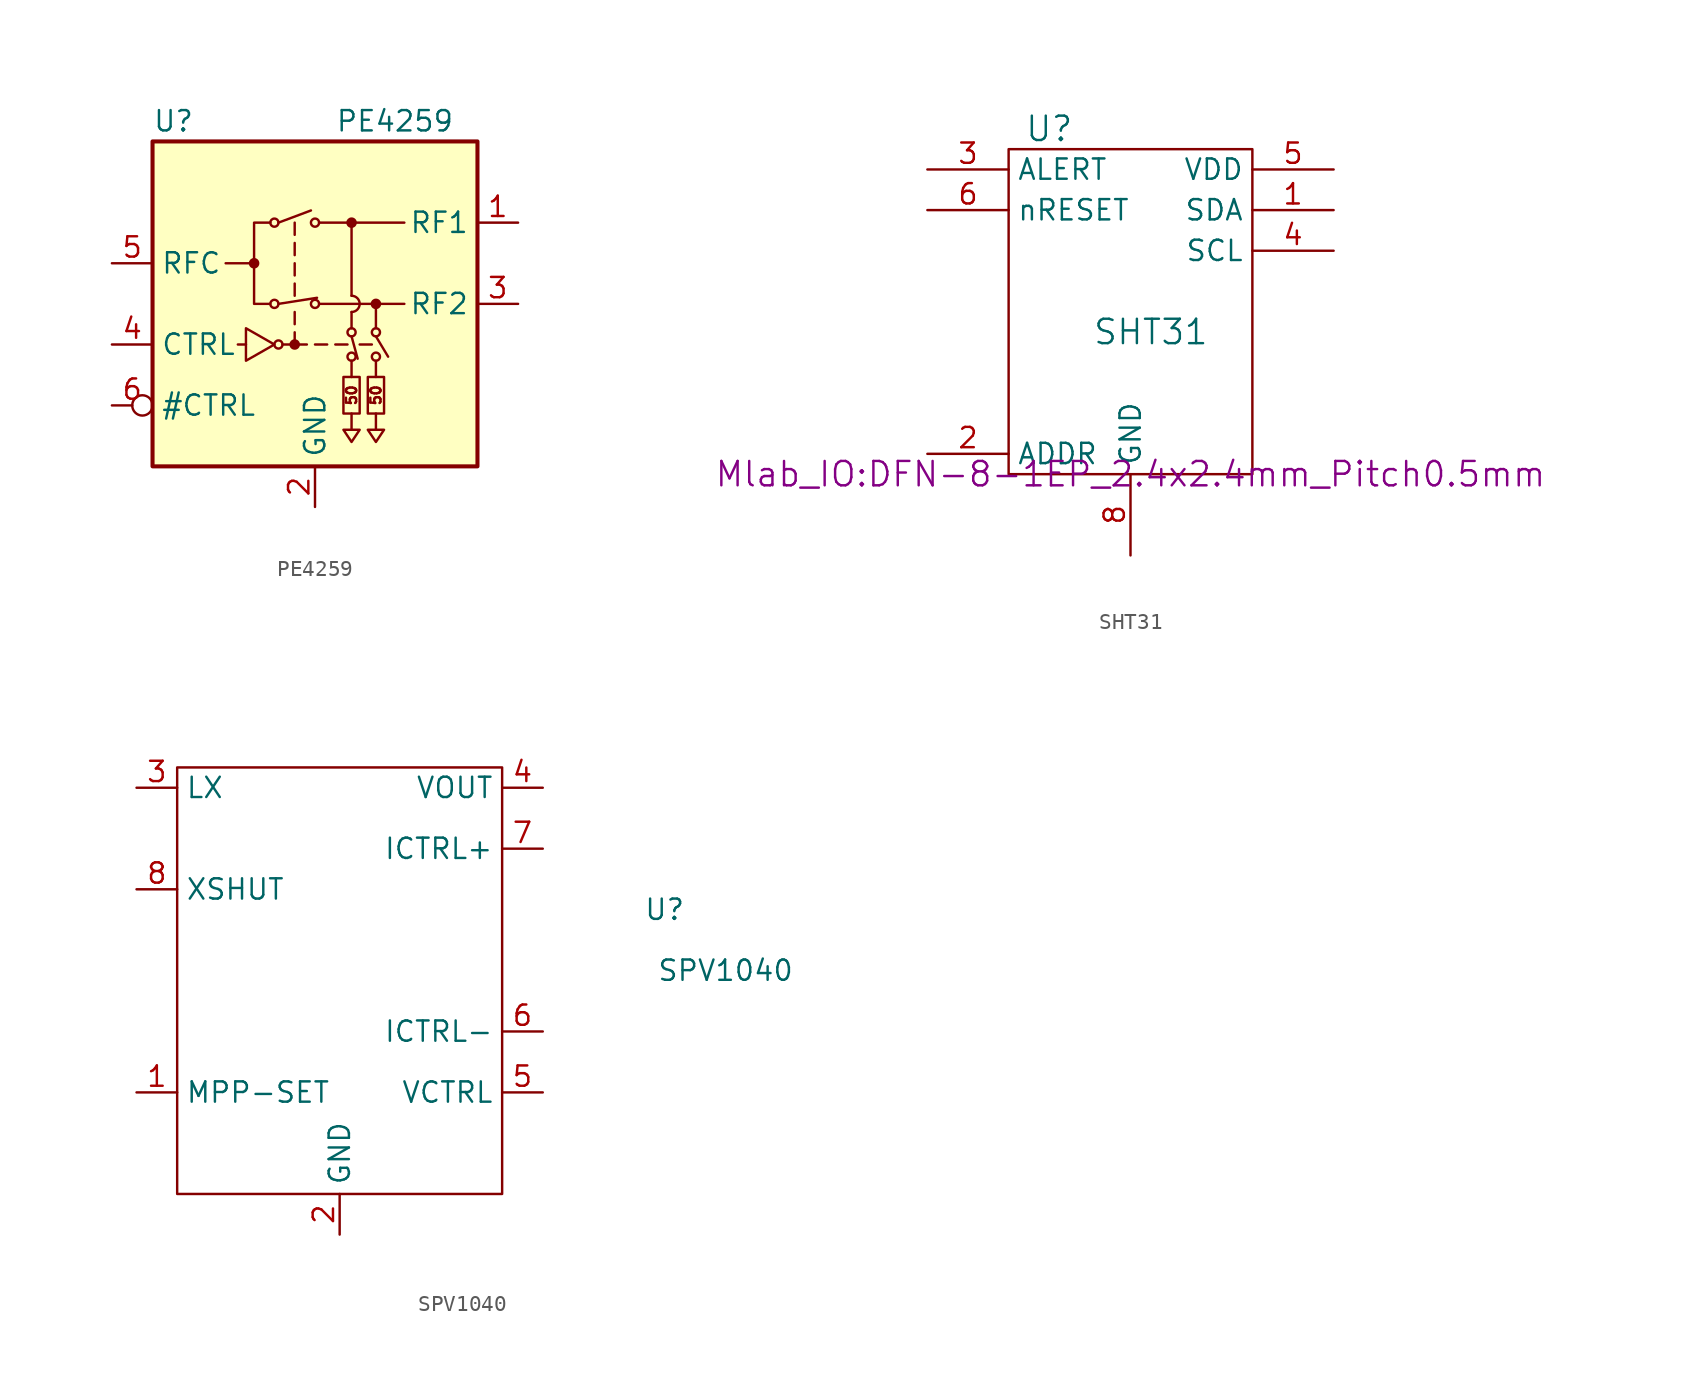
<source format=kicad_sym>
(kicad_symbol_lib
  (version 20220914)
  (generator kicad_symbol_editor)
  (symbol "PE4259"
    (property "Reference" "U"
      (at -10.16 11.43 0)
      (effects (font (size 1.27 1.27)) (justify left)))
    (property "Value" "PE4259"
      (at 1.27 11.43 0)
      (effects (font (size 1.27 1.27)) (justify left)))
    (symbol "PE4259_0_0"
      (rectangle (start -10.16 10.16) (end 10.16 -10.16) (stroke (width 0.254) (type default)) (fill (type background)))
      (circle (center -3.81 2.54) (radius 0.254) (stroke (width 0) (type default)) (fill (type outline)))
      (circle (center -2.286 -2.54) (radius 0.254) (stroke (width 0) (type default)) (fill (type none)))
      (circle (center -1.27 -2.54) (radius 0.254) (stroke (width 0) (type default)) (fill (type outline)))
      (polyline (pts (xy -4.318 -2.54) (xy -4.826 -2.54)) (stroke (width 0) (type default)) (fill (type none)))
      (polyline (pts (xy -3.81 2.54) (xy -5.588 2.54)) (stroke (width 0) (type default)) (fill (type none)))
      (polyline (pts (xy -1.27 -2.54) (xy -1.27 -1.778)) (stroke (width 0) (type default)) (fill (type none)))
      (polyline (pts (xy -1.27 -1.27) (xy -1.27 -0.508)) (stroke (width 0) (type default)) (fill (type none)))
      (polyline (pts (xy -1.27 1.27) (xy -1.27 0.508)) (stroke (width 0) (type default)) (fill (type none)))
      (polyline (pts (xy -1.27 2.54) (xy -1.27 1.778)) (stroke (width 0) (type default)) (fill (type none)))
      (polyline (pts (xy -1.27 3.81) (xy -1.27 3.048)) (stroke (width 0) (type default)) (fill (type none)))
      (polyline (pts (xy -1.27 5.08) (xy -1.27 4.318)) (stroke (width 0) (type default)) (fill (type none)))
      (polyline (pts (xy -0.508 -2.54) (xy -2.032 -2.54)) (stroke (width 0) (type default)) (fill (type none)))
      (polyline (pts (xy 0 -2.54) (xy 0.762 -2.54)) (stroke (width 0) (type default)) (fill (type none)))
      (polyline (pts (xy 0.254 0) (xy 5.588 0)) (stroke (width 0) (type default)) (fill (type none)))
      (polyline (pts (xy 0.254 5.08) (xy 5.588 5.08)) (stroke (width 0) (type default)) (fill (type none)))
      (polyline (pts (xy 2.032 -2.54) (xy 1.27 -2.54)) (stroke (width 0) (type default)) (fill (type none)))
      (polyline (pts (xy 2.286 0.508) (xy 2.286 5.08)) (stroke (width 0) (type default)) (fill (type none)))
      (polyline (pts (xy 3.556 -2.54) (xy 2.794 -2.54)) (stroke (width 0) (type default)) (fill (type none)))
      (polyline (pts (xy -4.318 -1.524) (xy -4.318 -3.556) (xy -2.54 -2.54) (xy -4.318 -1.524)) (stroke (width 0) (type default)) (fill (type none)))
      (polyline (pts (xy -2.794 0) (xy -3.81 0) (xy -3.81 5.08) (xy -2.794 5.08)) (stroke (width 0) (type default)) (fill (type none)))
      (arc (start 2.286 -0.508) (mid 2.7918 0) (end 2.286 0.508) (stroke (width 0) (type default)) (fill (type none)))
      (text "50" (at 2.286 -5.715 900) (effects (font (size 0.635 0.635))))
      (text "50" (at 3.81 -5.715 900) (effects (font (size 0.635 0.635)))))
    (symbol "PE4259_0_1"
      (circle (center -2.54 0) (radius 0.254) (stroke (width 0) (type default)) (fill (type none)))
      (circle (center -2.54 5.08) (radius 0.254) (stroke (width 0) (type default)) (fill (type none)))
      (polyline (pts (xy -2.286 0) (xy 0.127 0.381)) (stroke (width 0) (type default)) (fill (type none)))
      (polyline (pts (xy -2.286 5.08) (xy -0.254 5.842)) (stroke (width 0) (type default)) (fill (type none)))
      (polyline (pts (xy 2.286 -3.556) (xy 2.286 -4.572)) (stroke (width 0) (type default)) (fill (type none)))
      (polyline (pts (xy 2.286 -2.032) (xy 2.667 -3.429)) (stroke (width 0) (type default)) (fill (type none)))
      (polyline (pts (xy 2.286 -0.508) (xy 2.286 -1.524)) (stroke (width 0) (type default)) (fill (type none)))
      (polyline (pts (xy 3.81 -3.556) (xy 3.81 -4.572)) (stroke (width 0) (type default)) (fill (type none)))
      (polyline (pts (xy 3.81 -2.032) (xy 4.572 -3.302)) (stroke (width 0) (type default)) (fill (type none)))
      (polyline (pts (xy 3.81 0) (xy 3.81 -1.524)) (stroke (width 0) (type default)) (fill (type none)))
      (polyline (pts (xy 2.286 -6.858) (xy 2.286 -7.874) (xy 1.778 -7.874) (xy 2.286 -8.636) (xy 2.794 -7.874) (xy 2.286 -7.874)) (stroke (width 0) (type default)) (fill (type none)))
      (polyline (pts (xy 3.81 -6.858) (xy 3.81 -7.874) (xy 3.302 -7.874) (xy 3.81 -8.636) (xy 4.318 -7.874) (xy 3.81 -7.874)) (stroke (width 0) (type default)) (fill (type none)))
      (circle (center 0 0) (radius 0.254) (stroke (width 0) (type default)) (fill (type none)))
      (circle (center 0 5.08) (radius 0.254) (stroke (width 0) (type default)) (fill (type none)))
      (rectangle (start 1.778 -4.572) (end 2.794 -6.858) (stroke (width 0) (type default)) (fill (type none)))
      (circle (center 2.286 -3.302) (radius 0.254) (stroke (width 0) (type default)) (fill (type none)))
      (circle (center 2.286 -1.778) (radius 0.254) (stroke (width 0) (type default)) (fill (type none)))
      (circle (center 2.286 5.08) (radius 0.254) (stroke (width 0) (type default)) (fill (type outline)))
      (rectangle (start 3.302 -4.572) (end 4.318 -6.858) (stroke (width 0) (type default)) (fill (type none)))
      (circle (center 3.81 -3.302) (radius 0.254) (stroke (width 0) (type default)) (fill (type none)))
      (circle (center 3.81 -1.778) (radius 0.254) (stroke (width 0) (type default)) (fill (type none)))
      (circle (center 3.81 0) (radius 0.254) (stroke (width 0) (type default)) (fill (type outline))))
    (symbol "PE4259_1_1"
      (pin passive line (at 12.7 5.08 180) (length 2.54) (name "RF1" (effects (font (size 1.27 1.27)))) (number "1" (effects (font (size 1.27 1.27)))))
      (pin passive line (at 0 -12.7 90) (length 2.54) (name "GND" (effects (font (size 1.27 1.27)))) (number "2" (effects (font (size 1.27 1.27)))))
      (pin passive line (at 12.7 0 180) (length 2.54) (name "RF2" (effects (font (size 1.27 1.27)))) (number "3" (effects (font (size 1.27 1.27)))))
      (pin input line (at -12.7 -2.54 0) (length 2.54) (name "CTRL" (effects (font (size 1.27 1.27)))) (number "4" (effects (font (size 1.27 1.27)))))
      (pin passive line (at -12.7 2.54 0) (length 2.54) (name "RFC" (effects (font (size 1.27 1.27)))) (number "5" (effects (font (size 1.27 1.27)))))
      (pin input inverted (at -12.7 -6.35 0) (length 2.54) (name "#CTRL" (effects (font (size 1.27 1.27)))) (number "6" (effects (font (size 1.27 1.27)))))))
  (symbol "SHT31"
    (property "Reference" "U"
      (at -6.35 12.7 0)
      (effects (font (size 1.524 1.524))))
    (property "Value" "SHT31"
      (at 0 0 0)
      (effects (font (size 1.524 1.524))))
    (property "Footprint" "Mlab_IO:DFN-8-1EP_2.4x2.4mm_Pitch0.5mm"
      (at -1.27 -8.89 0)
      (effects (font (size 1.524 1.524))))
    (property "Datasheet" ""
      (at -1.27 -8.89 0)
      (effects (font (size 1.524 1.524))))
    (symbol "SHT31_0_1"
      (rectangle (start -8.89 11.43) (end 6.35 -8.89) (stroke (width 0) (type default)) (fill (type none))))
    (symbol "SHT31_1_1"
      (pin unspecified line (at 11.43 7.62 180) (length 5.08) (name "SDA" (effects (font (size 1.27 1.27)))) (number "1" (effects (font (size 1.27 1.27)))))
      (pin unspecified line (at -13.97 -7.62 0) (length 5.08) (name "ADDR" (effects (font (size 1.27 1.27)))) (number "2" (effects (font (size 1.27 1.27)))))
      (pin unspecified line (at -13.97 10.16 0) (length 5.08) (name "ALERT" (effects (font (size 1.27 1.27)))) (number "3" (effects (font (size 1.27 1.27)))))
      (pin unspecified line (at 11.43 5.08 180) (length 5.08) (name "SCL" (effects (font (size 1.27 1.27)))) (number "4" (effects (font (size 1.27 1.27)))))
      (pin unspecified line (at 11.43 10.16 180) (length 5.08) (name "VDD" (effects (font (size 1.27 1.27)))) (number "5" (effects (font (size 1.27 1.27)))))
      (pin unspecified line (at -13.97 7.62 0) (length 5.08) (name "nRESET" (effects (font (size 1.27 1.27)))) (number "6" (effects (font (size 1.27 1.27)))))
      (pin unspecified line (at -1.27 -13.97 90) (length 5.08) hide (name "GND" (effects (font (size 1.27 1.27)))) (number "7" (effects (font (size 1.27 1.27)))))
      (pin unspecified line (at -1.27 -13.97 90) (length 5.08) (name "GND" (effects (font (size 1.27 1.27)))) (number "8" (effects (font (size 1.27 1.27)))))
      (pin unspecified line (at -1.27 -13.97 90) (length 5.08) hide (name "GND" (effects (font (size 1.27 1.27)))) (number "9" (effects (font (size 1.27 1.27)))))))
  (symbol "SPV1040"
    (property "Reference" "U"
      (at 20.32 -1.27 0)
      (effects (font (size 1.27 1.27))))
    (property "Value" "SPV1040"
      (at 24.13 -5.08 0)
      (effects (font (size 1.27 1.27))))
    (symbol "SPV1040_0_1"
      (rectangle (start -10.16 7.62) (end 10.16 -19.05) (stroke (width 0.152) (type default)) (fill (type none))))
    (symbol "SPV1040_1_1"
      (pin unspecified line (at -12.7 -12.7 0) (length 2.54) (name "MPP-SET" (effects (font (size 1.27 1.27)))) (number "1" (effects (font (size 1.27 1.27)))))
      (pin unspecified line (at 0 -21.59 90) (length 2.54) (name "GND" (effects (font (size 1.27 1.27)))) (number "2" (effects (font (size 1.27 1.27)))))
      (pin unspecified line (at -12.7 6.35 0) (length 2.54) (name "LX" (effects (font (size 1.27 1.27)))) (number "3" (effects (font (size 1.27 1.27)))))
      (pin unspecified line (at 12.7 6.35 180) (length 2.54) (name "VOUT" (effects (font (size 1.27 1.27)))) (number "4" (effects (font (size 1.27 1.27)))))
      (pin unspecified line (at 12.7 -12.7 180) (length 2.54) (name "VCTRL" (effects (font (size 1.27 1.27)))) (number "5" (effects (font (size 1.27 1.27)))))
      (pin unspecified line (at 12.7 -8.89 180) (length 2.54) (name "ICTRL-" (effects (font (size 1.27 1.27)))) (number "6" (effects (font (size 1.27 1.27)))))
      (pin unspecified line (at 12.7 2.54 180) (length 2.54) (name "ICTRL+" (effects (font (size 1.27 1.27)))) (number "7" (effects (font (size 1.27 1.27)))))
      (pin unspecified line (at -12.7 0 0) (length 2.54) (name "XSHUT" (effects (font (size 1.27 1.27)))) (number "8" (effects (font (size 1.27 1.27))))))))
</source>
